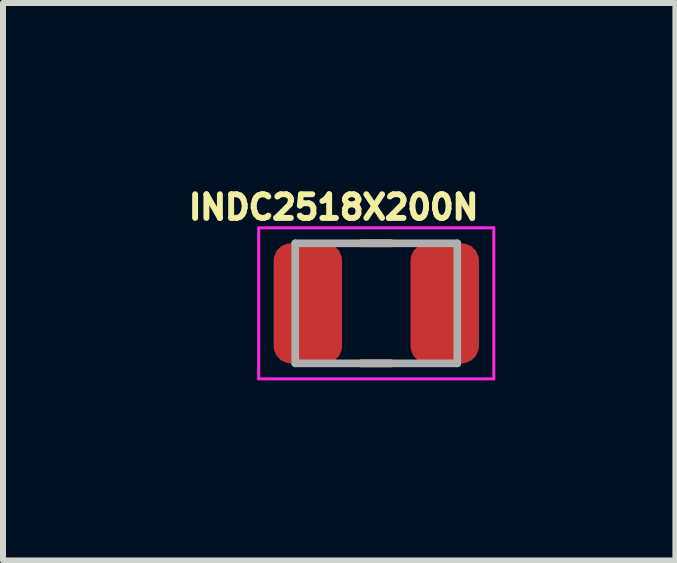
<source format=kicad_pcb>
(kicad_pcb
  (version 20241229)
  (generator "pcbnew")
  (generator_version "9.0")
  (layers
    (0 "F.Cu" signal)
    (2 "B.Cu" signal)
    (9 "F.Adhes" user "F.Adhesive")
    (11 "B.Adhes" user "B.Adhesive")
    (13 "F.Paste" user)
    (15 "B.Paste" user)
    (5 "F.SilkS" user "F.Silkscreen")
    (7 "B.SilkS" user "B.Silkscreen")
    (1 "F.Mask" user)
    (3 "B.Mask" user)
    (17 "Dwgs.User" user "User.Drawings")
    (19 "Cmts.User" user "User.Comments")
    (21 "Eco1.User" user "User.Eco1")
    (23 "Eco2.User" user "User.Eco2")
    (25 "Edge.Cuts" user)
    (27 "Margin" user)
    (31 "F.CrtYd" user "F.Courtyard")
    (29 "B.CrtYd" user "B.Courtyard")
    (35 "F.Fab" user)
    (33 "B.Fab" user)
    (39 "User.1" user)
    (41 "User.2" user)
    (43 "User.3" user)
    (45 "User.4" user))
  (footprint "INDC2518X200N"
    (layer "F.Cu")
    (at 3.218 2.003)
    (property "Reference" "INDC2518X200N" (at -0.71 -1.6 0) (layer "F.SilkS") (effects (font (size 0.394 0.394) (thickness 0.15))))
    (attr through_hole)
    (fp_line (start -0.25 -1) (end 0.25 -1) (stroke (width 0.127) (type solid)) (layer "F.SilkS"))
    (fp_line (start -0.25 1) (end 0.25 1) (stroke (width 0.127) (type solid)) (layer "F.SilkS"))
    (fp_line (start -1.958 -1.258) (end 1.958 -1.258) (stroke (width 0.05) (type solid)) (layer "F.CrtYd"))
    (fp_line (start -1.958 1.258) (end -1.958 -1.258) (stroke (width 0.05) (type solid)) (layer "F.CrtYd"))
    (fp_line (start -1.958 1.258) (end 1.958 1.258) (stroke (width 0.05) (type solid)) (layer "F.CrtYd"))
    (fp_line (start 1.958 1.258) (end 1.958 -1.258) (stroke (width 0.05) (type solid)) (layer "F.CrtYd"))
    (fp_line (start -1.35 1) (end -1.35 -1) (stroke (width 0.127) (type solid)) (layer "F.Fab"))
    (fp_line (start 1.35 -1) (end -1.35 -1) (stroke (width 0.127) (type solid)) (layer "F.Fab"))
    (fp_line (start 1.35 1) (end -1.35 1) (stroke (width 0.127) (type solid)) (layer "F.Fab"))
    (fp_line (start 1.35 1) (end 1.35 -1) (stroke (width 0.127) (type solid)) (layer "F.Fab"))
    (pad "1" smd roundrect (at -1.14 0) (size 1.14 2) (layers "F.Cu" "F.Mask" "F.Paste") (roundrect_rratio 0.25))
    (pad "2" smd roundrect (at 1.14 0) (size 1.14 2) (layers "F.Cu" "F.Mask" "F.Paste") (roundrect_rratio 0.25)))
  (gr_rect
    (start -3 -3)
    (end 8.201 6.286)
    (stroke (width 0.1) (type default))
    (fill no)
    (layer "Edge.Cuts")))
</source>
